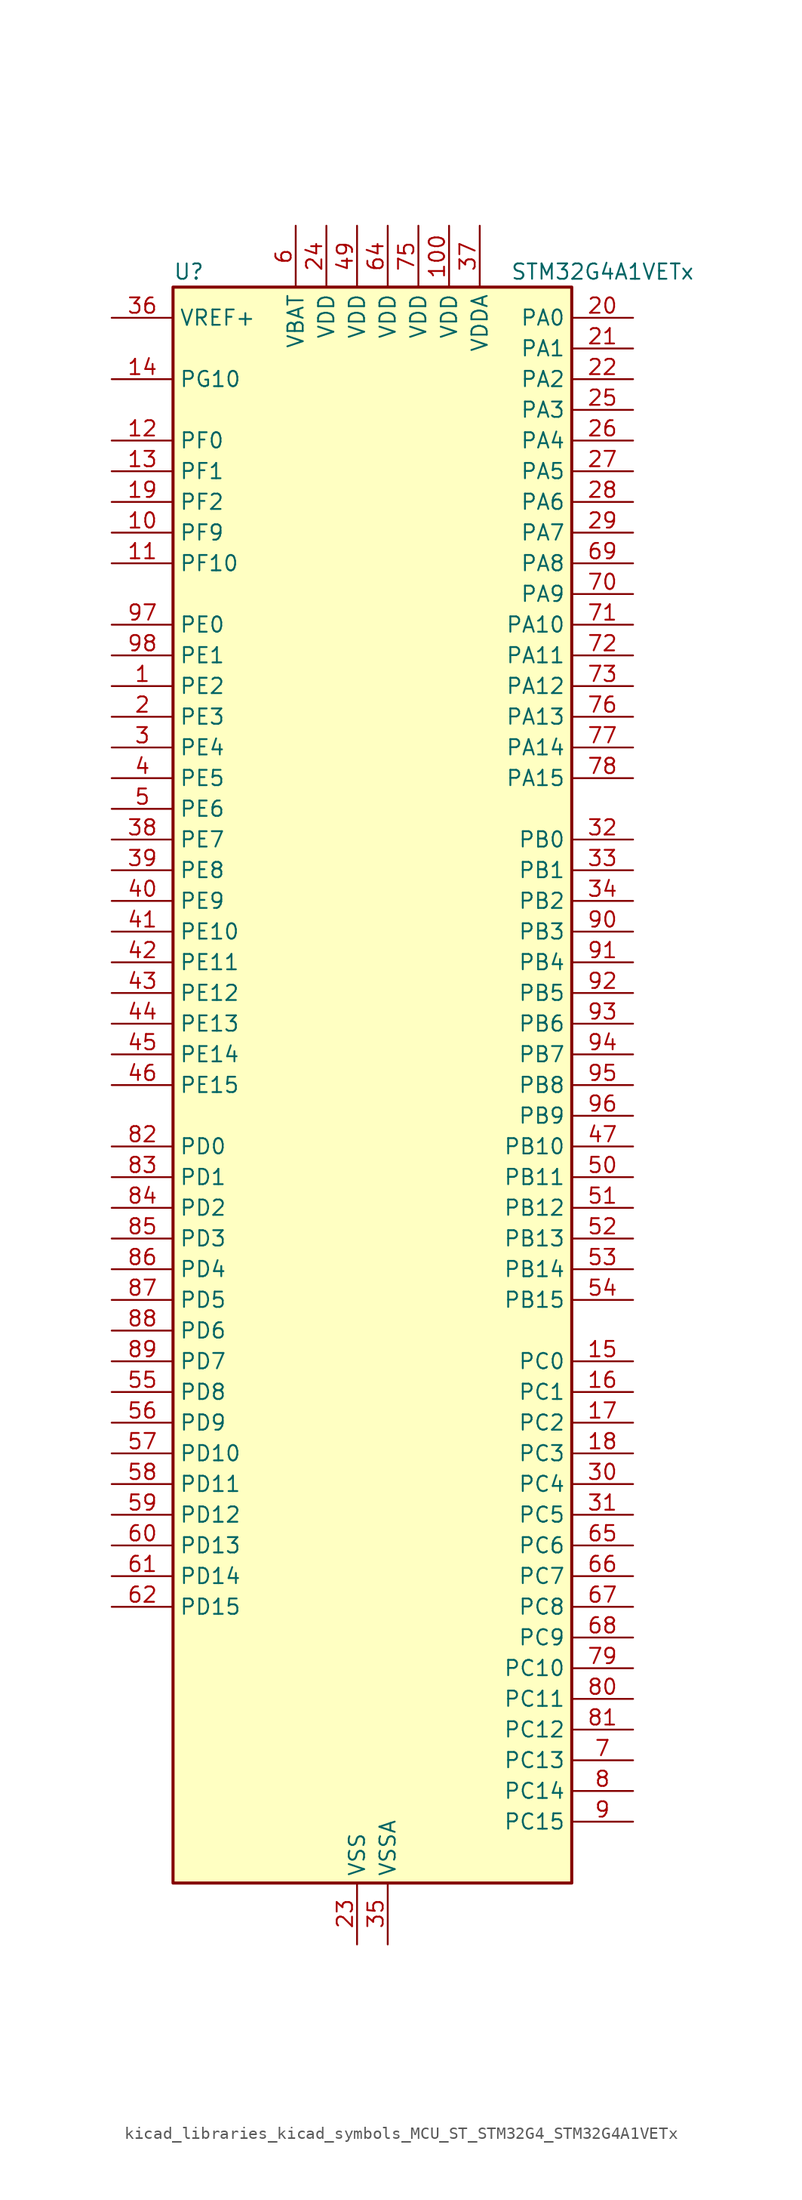
<source format=kicad_sym>
(kicad_symbol_lib
  (version 20220914)
  (generator kicad_symbol_editor)
  (symbol "kicad_libraries_kicad_symbols_MCU_ST_STM32G4_STM32G4A1VETx"
    (property "Reference" "U"
      (at -15.24 67.31 0)
      (effects (font (size 1.27 1.27)) (justify left)))
    (property "Value" "STM32G4A1VETx"
      (at 12.7 67.31 0)
      (effects (font (size 1.27 1.27)) (justify left)))
    (property "ki_locked" ""
      (at 0 0 0)
      (effects (font (size 1.27 1.27))))
    (symbol "kicad_libraries_kicad_symbols_MCU_ST_STM32G4_STM32G4A1VETx_0_1"
      (rectangle (start -15.24 -66.04) (end 17.78 66.04) (stroke (width 0.254) (type default)) (fill (type background))))
    (symbol "kicad_libraries_kicad_symbols_MCU_ST_STM32G4_STM32G4A1VETx_1_1"
      (pin bidirectional line (at -20.32 33.02 0) (length 5.08) (name "PE2" (effects (font (size 1.27 1.27)))) (number "1" (effects (font (size 1.27 1.27)))) (alternate "ADC3_EXTI2" bidirectional line) (alternate "SAI1_CK1" bidirectional line) (alternate "SAI1_MCLK_A" bidirectional line) (alternate "SYS_TRACECLK" bidirectional line) (alternate "TIM20_CH1" bidirectional line) (alternate "TIM3_CH1" bidirectional line))
      (pin bidirectional line (at -20.32 45.72 0) (length 5.08) (name "PF9" (effects (font (size 1.27 1.27)))) (number "10" (effects (font (size 1.27 1.27)))) (alternate "DAC1_EXTI9" bidirectional line) (alternate "DAC3_EXTI9" bidirectional line) (alternate "QUADSPI1_BK1_IO1" bidirectional line) (alternate "SAI1_FS_B" bidirectional line) (alternate "SPI2_SCK" bidirectional line) (alternate "TIM15_CH1" bidirectional line) (alternate "TIM20_BKIN" bidirectional line))
      (pin power_in line (at 7.62 71.12 270) (length 5.08) (name "VDD" (effects (font (size 1.27 1.27)))) (number "100" (effects (font (size 1.27 1.27)))))
      (pin bidirectional line (at -20.32 43.18 0) (length 5.08) (name "PF10" (effects (font (size 1.27 1.27)))) (number "11" (effects (font (size 1.27 1.27)))) (alternate "DAC1_EXTI10" bidirectional line) (alternate "DAC3_EXTI10" bidirectional line) (alternate "QUADSPI1_CLK" bidirectional line) (alternate "SAI1_D3" bidirectional line) (alternate "SPI2_SCK" bidirectional line) (alternate "TIM15_CH2" bidirectional line) (alternate "TIM20_BKIN2" bidirectional line))
      (pin bidirectional line (at -20.32 53.34 0) (length 5.08) (name "PF0" (effects (font (size 1.27 1.27)))) (number "12" (effects (font (size 1.27 1.27)))) (alternate "ADC1_IN10" bidirectional line) (alternate "I2C2_SDA" bidirectional line) (alternate "I2S2_WS" bidirectional line) (alternate "RCC_OSC_IN" bidirectional line) (alternate "SPI2_NSS" bidirectional line) (alternate "TIM1_CH3N" bidirectional line))
      (pin bidirectional line (at -20.32 50.8 0) (length 5.08) (name "PF1" (effects (font (size 1.27 1.27)))) (number "13" (effects (font (size 1.27 1.27)))) (alternate "ADC2_IN10" bidirectional line) (alternate "COMP3_INM" bidirectional line) (alternate "I2S2_CK" bidirectional line) (alternate "RCC_OSC_OUT" bidirectional line) (alternate "SPI2_SCK" bidirectional line))
      (pin bidirectional line (at -20.32 58.42 0) (length 5.08) (name "PG10" (effects (font (size 1.27 1.27)))) (number "14" (effects (font (size 1.27 1.27)))) (alternate "DAC1_EXTI10" bidirectional line) (alternate "DAC3_EXTI10" bidirectional line) (alternate "RCC_MCO" bidirectional line))
      (pin bidirectional line (at 22.86 -22.86 180) (length 5.08) (name "PC0" (effects (font (size 1.27 1.27)))) (number "15" (effects (font (size 1.27 1.27)))) (alternate "ADC1_IN6" bidirectional line) (alternate "ADC2_IN6" bidirectional line) (alternate "COMP3_INM" bidirectional line) (alternate "LPTIM1_IN1" bidirectional line) (alternate "LPUART1_RX" bidirectional line) (alternate "TIM1_CH1" bidirectional line))
      (pin bidirectional line (at 22.86 -25.4 180) (length 5.08) (name "PC1" (effects (font (size 1.27 1.27)))) (number "16" (effects (font (size 1.27 1.27)))) (alternate "ADC1_IN7" bidirectional line) (alternate "ADC2_IN7" bidirectional line) (alternate "COMP3_INP" bidirectional line) (alternate "LPTIM1_OUT" bidirectional line) (alternate "LPUART1_TX" bidirectional line) (alternate "QUADSPI1_BK2_IO0" bidirectional line) (alternate "SAI1_SD_A" bidirectional line) (alternate "TIM1_CH2" bidirectional line))
      (pin bidirectional line (at 22.86 -27.94 180) (length 5.08) (name "PC2" (effects (font (size 1.27 1.27)))) (number "17" (effects (font (size 1.27 1.27)))) (alternate "ADC1_IN8" bidirectional line) (alternate "ADC2_IN8" bidirectional line) (alternate "ADC3_EXTI2" bidirectional line) (alternate "COMP3_OUT" bidirectional line) (alternate "LPTIM1_IN2" bidirectional line) (alternate "QUADSPI1_BK2_IO1" bidirectional line) (alternate "TIM1_CH3" bidirectional line) (alternate "TIM20_CH2" bidirectional line))
      (pin bidirectional line (at 22.86 -30.48 180) (length 5.08) (name "PC3" (effects (font (size 1.27 1.27)))) (number "18" (effects (font (size 1.27 1.27)))) (alternate "ADC1_IN9" bidirectional line) (alternate "ADC2_IN9" bidirectional line) (alternate "ADC3_EXTI3" bidirectional line) (alternate "LPTIM1_ETR" bidirectional line) (alternate "QUADSPI1_BK2_IO2" bidirectional line) (alternate "SAI1_D1" bidirectional line) (alternate "SAI1_SD_A" bidirectional line) (alternate "TIM1_BKIN2" bidirectional line) (alternate "TIM1_CH4" bidirectional line))
      (pin bidirectional line (at -20.32 48.26 0) (length 5.08) (name "PF2" (effects (font (size 1.27 1.27)))) (number "19" (effects (font (size 1.27 1.27)))) (alternate "ADC3_EXTI2" bidirectional line) (alternate "I2C2_SMBA" bidirectional line) (alternate "TIM20_CH3" bidirectional line))
      (pin bidirectional line (at -20.32 30.48 0) (length 5.08) (name "PE3" (effects (font (size 1.27 1.27)))) (number "2" (effects (font (size 1.27 1.27)))) (alternate "ADC3_EXTI3" bidirectional line) (alternate "SAI1_SD_B" bidirectional line) (alternate "SYS_TRACED0" bidirectional line) (alternate "TIM20_CH2" bidirectional line) (alternate "TIM3_CH2" bidirectional line))
      (pin bidirectional line (at 22.86 63.5 180) (length 5.08) (name "PA0" (effects (font (size 1.27 1.27)))) (number "20" (effects (font (size 1.27 1.27)))) (alternate "ADC1_IN1" bidirectional line) (alternate "ADC2_IN1" bidirectional line) (alternate "COMP1_INM" bidirectional line) (alternate "COMP1_OUT" bidirectional line) (alternate "COMP3_INP" bidirectional line) (alternate "RTC_TAMP2" bidirectional line) (alternate "SYS_WKUP1" bidirectional line) (alternate "TIM2_CH1" bidirectional line) (alternate "TIM2_ETR" bidirectional line) (alternate "TIM8_BKIN" bidirectional line) (alternate "TIM8_ETR" bidirectional line) (alternate "USART2_CTS" bidirectional line) (alternate "USART2_NSS" bidirectional line))
      (pin bidirectional line (at 22.86 60.96 180) (length 5.08) (name "PA1" (effects (font (size 1.27 1.27)))) (number "21" (effects (font (size 1.27 1.27)))) (alternate "ADC1_IN2" bidirectional line) (alternate "ADC2_IN2" bidirectional line) (alternate "COMP1_INP" bidirectional line) (alternate "OPAMP1_VINP" bidirectional line) (alternate "OPAMP1_VINP_SEC" bidirectional line) (alternate "OPAMP3_VINP" bidirectional line) (alternate "OPAMP3_VINP_SEC" bidirectional line) (alternate "OPAMP6_VINM" bidirectional line) (alternate "OPAMP6_VINM0" bidirectional line) (alternate "OPAMP6_VINM_SEC" bidirectional line) (alternate "RTC_REFIN" bidirectional line) (alternate "TIM15_CH1N" bidirectional line) (alternate "TIM2_CH2" bidirectional line) (alternate "USART2_DE" bidirectional line) (alternate "USART2_RTS" bidirectional line))
      (pin bidirectional line (at 22.86 58.42 180) (length 5.08) (name "PA2" (effects (font (size 1.27 1.27)))) (number "22" (effects (font (size 1.27 1.27)))) (alternate "ADC1_IN3" bidirectional line) (alternate "ADC3_EXTI2" bidirectional line) (alternate "COMP2_INM" bidirectional line) (alternate "COMP2_OUT" bidirectional line) (alternate "LPUART1_TX" bidirectional line) (alternate "OPAMP1_VOUT" bidirectional line) (alternate "QUADSPI1_BK1_NCS" bidirectional line) (alternate "RCC_LSCO" bidirectional line) (alternate "SYS_WKUP4" bidirectional line) (alternate "TIM15_CH1" bidirectional line) (alternate "TIM2_CH3" bidirectional line) (alternate "UCPD1_FRSTX1" bidirectional line) (alternate "UCPD1_FRSTX2" bidirectional line) (alternate "USART2_TX" bidirectional line))
      (pin power_in line (at 0 -71.12 90) (length 5.08) (name "VSS" (effects (font (size 1.27 1.27)))) (number "23" (effects (font (size 1.27 1.27)))))
      (pin power_in line (at -2.54 71.12 270) (length 5.08) (name "VDD" (effects (font (size 1.27 1.27)))) (number "24" (effects (font (size 1.27 1.27)))))
      (pin bidirectional line (at 22.86 55.88 180) (length 5.08) (name "PA3" (effects (font (size 1.27 1.27)))) (number "25" (effects (font (size 1.27 1.27)))) (alternate "ADC1_IN4" bidirectional line) (alternate "ADC3_EXTI3" bidirectional line) (alternate "COMP2_INP" bidirectional line) (alternate "LPUART1_RX" bidirectional line) (alternate "OPAMP1_VINM" bidirectional line) (alternate "OPAMP1_VINM0" bidirectional line) (alternate "OPAMP1_VINM_SEC" bidirectional line) (alternate "OPAMP1_VINP" bidirectional line) (alternate "OPAMP1_VINP_SEC" bidirectional line) (alternate "QUADSPI1_CLK" bidirectional line) (alternate "SAI1_CK1" bidirectional line) (alternate "SAI1_MCLK_A" bidirectional line) (alternate "TIM15_CH2" bidirectional line) (alternate "TIM2_CH4" bidirectional line) (alternate "USART2_RX" bidirectional line))
      (pin bidirectional line (at 22.86 53.34 180) (length 5.08) (name "PA4" (effects (font (size 1.27 1.27)))) (number "26" (effects (font (size 1.27 1.27)))) (alternate "ADC2_IN17" bidirectional line) (alternate "COMP1_INM" bidirectional line) (alternate "DAC1_OUT1" bidirectional line) (alternate "I2S3_WS" bidirectional line) (alternate "SAI1_FS_B" bidirectional line) (alternate "SPI1_NSS" bidirectional line) (alternate "SPI3_NSS" bidirectional line) (alternate "TIM3_CH2" bidirectional line) (alternate "USART2_CK" bidirectional line))
      (pin bidirectional line (at 22.86 50.8 180) (length 5.08) (name "PA5" (effects (font (size 1.27 1.27)))) (number "27" (effects (font (size 1.27 1.27)))) (alternate "ADC2_IN13" bidirectional line) (alternate "COMP2_INM" bidirectional line) (alternate "DAC1_OUT2" bidirectional line) (alternate "OPAMP2_VINM" bidirectional line) (alternate "OPAMP2_VINM0" bidirectional line) (alternate "OPAMP2_VINM_SEC" bidirectional line) (alternate "SPI1_SCK" bidirectional line) (alternate "TIM2_CH1" bidirectional line) (alternate "TIM2_ETR" bidirectional line) (alternate "UCPD1_FRSTX1" bidirectional line) (alternate "UCPD1_FRSTX2" bidirectional line))
      (pin bidirectional line (at 22.86 48.26 180) (length 5.08) (name "PA6" (effects (font (size 1.27 1.27)))) (number "28" (effects (font (size 1.27 1.27)))) (alternate "ADC2_IN3" bidirectional line) (alternate "COMP1_OUT" bidirectional line) (alternate "LPUART1_CTS" bidirectional line) (alternate "OPAMP2_VOUT" bidirectional line) (alternate "QUADSPI1_BK1_IO3" bidirectional line) (alternate "SPI1_MISO" bidirectional line) (alternate "TIM16_CH1" bidirectional line) (alternate "TIM1_BKIN" bidirectional line) (alternate "TIM3_CH1" bidirectional line) (alternate "TIM8_BKIN" bidirectional line))
      (pin bidirectional line (at 22.86 45.72 180) (length 5.08) (name "PA7" (effects (font (size 1.27 1.27)))) (number "29" (effects (font (size 1.27 1.27)))) (alternate "ADC2_IN4" bidirectional line) (alternate "COMP2_INP" bidirectional line) (alternate "COMP2_OUT" bidirectional line) (alternate "OPAMP1_VINP" bidirectional line) (alternate "OPAMP1_VINP_SEC" bidirectional line) (alternate "OPAMP2_VINP" bidirectional line) (alternate "OPAMP2_VINP_SEC" bidirectional line) (alternate "QUADSPI1_BK1_IO2" bidirectional line) (alternate "SPI1_MOSI" bidirectional line) (alternate "TIM17_CH1" bidirectional line) (alternate "TIM1_CH1N" bidirectional line) (alternate "TIM3_CH2" bidirectional line) (alternate "TIM8_CH1N" bidirectional line) (alternate "UCPD1_FRSTX1" bidirectional line) (alternate "UCPD1_FRSTX2" bidirectional line))
      (pin bidirectional line (at -20.32 27.94 0) (length 5.08) (name "PE4" (effects (font (size 1.27 1.27)))) (number "3" (effects (font (size 1.27 1.27)))) (alternate "SAI1_D2" bidirectional line) (alternate "SAI1_FS_A" bidirectional line) (alternate "SYS_TRACED1" bidirectional line) (alternate "TIM20_CH1N" bidirectional line) (alternate "TIM3_CH3" bidirectional line))
      (pin bidirectional line (at 22.86 -33.02 180) (length 5.08) (name "PC4" (effects (font (size 1.27 1.27)))) (number "30" (effects (font (size 1.27 1.27)))) (alternate "ADC2_IN5" bidirectional line) (alternate "I2C2_SCL" bidirectional line) (alternate "QUADSPI1_BK2_IO3" bidirectional line) (alternate "TIM1_ETR" bidirectional line) (alternate "USART1_TX" bidirectional line))
      (pin bidirectional line (at 22.86 -35.56 180) (length 5.08) (name "PC5" (effects (font (size 1.27 1.27)))) (number "31" (effects (font (size 1.27 1.27)))) (alternate "ADC2_IN11" bidirectional line) (alternate "OPAMP1_VINM" bidirectional line) (alternate "OPAMP1_VINM1" bidirectional line) (alternate "OPAMP1_VINM_SEC" bidirectional line) (alternate "OPAMP2_VINM" bidirectional line) (alternate "OPAMP2_VINM1" bidirectional line) (alternate "OPAMP2_VINM_SEC" bidirectional line) (alternate "SAI1_D3" bidirectional line) (alternate "SYS_WKUP5" bidirectional line) (alternate "TIM15_BKIN" bidirectional line) (alternate "TIM1_CH4N" bidirectional line) (alternate "USART1_RX" bidirectional line))
      (pin bidirectional line (at 22.86 20.32 180) (length 5.08) (name "PB0" (effects (font (size 1.27 1.27)))) (number "32" (effects (font (size 1.27 1.27)))) (alternate "ADC1_IN15" bidirectional line) (alternate "ADC3_IN12" bidirectional line) (alternate "COMP4_INP" bidirectional line) (alternate "OPAMP2_VINP" bidirectional line) (alternate "OPAMP2_VINP_SEC" bidirectional line) (alternate "OPAMP3_VINP" bidirectional line) (alternate "OPAMP3_VINP_SEC" bidirectional line) (alternate "QUADSPI1_BK1_IO1" bidirectional line) (alternate "TIM1_CH2N" bidirectional line) (alternate "TIM3_CH3" bidirectional line) (alternate "TIM8_CH2N" bidirectional line) (alternate "UCPD1_FRSTX1" bidirectional line) (alternate "UCPD1_FRSTX2" bidirectional line))
      (pin bidirectional line (at 22.86 17.78 180) (length 5.08) (name "PB1" (effects (font (size 1.27 1.27)))) (number "33" (effects (font (size 1.27 1.27)))) (alternate "ADC1_IN12" bidirectional line) (alternate "ADC3_IN1" bidirectional line) (alternate "COMP1_INP" bidirectional line) (alternate "COMP4_OUT" bidirectional line) (alternate "LPUART1_DE" bidirectional line) (alternate "LPUART1_RTS" bidirectional line) (alternate "OPAMP3_VOUT" bidirectional line) (alternate "OPAMP6_VINM" bidirectional line) (alternate "OPAMP6_VINM1" bidirectional line) (alternate "OPAMP6_VINM_SEC" bidirectional line) (alternate "QUADSPI1_BK1_IO0" bidirectional line) (alternate "TIM1_CH3N" bidirectional line) (alternate "TIM3_CH4" bidirectional line) (alternate "TIM8_CH3N" bidirectional line))
      (pin bidirectional line (at 22.86 15.24 180) (length 5.08) (name "PB2" (effects (font (size 1.27 1.27)))) (number "34" (effects (font (size 1.27 1.27)))) (alternate "ADC2_IN12" bidirectional line) (alternate "ADC3_EXTI2" bidirectional line) (alternate "COMP4_INM" bidirectional line) (alternate "I2C3_SMBA" bidirectional line) (alternate "LPTIM1_OUT" bidirectional line) (alternate "OPAMP3_VINM" bidirectional line) (alternate "OPAMP3_VINM0" bidirectional line) (alternate "OPAMP3_VINM_SEC" bidirectional line) (alternate "QUADSPI1_BK2_IO1" bidirectional line) (alternate "RTC_OUT2" bidirectional line) (alternate "TIM20_CH1" bidirectional line))
      (pin power_in line (at 2.54 -71.12 90) (length 5.08) (name "VSSA" (effects (font (size 1.27 1.27)))) (number "35" (effects (font (size 1.27 1.27)))))
      (pin input line (at -20.32 63.5 0) (length 5.08) (name "VREF+" (effects (font (size 1.27 1.27)))) (number "36" (effects (font (size 1.27 1.27)))) (alternate "VREFBUF_OUT" bidirectional line))
      (pin power_in line (at 10.16 71.12 270) (length 5.08) (name "VDDA" (effects (font (size 1.27 1.27)))) (number "37" (effects (font (size 1.27 1.27)))))
      (pin bidirectional line (at -20.32 20.32 0) (length 5.08) (name "PE7" (effects (font (size 1.27 1.27)))) (number "38" (effects (font (size 1.27 1.27)))) (alternate "ADC3_IN4" bidirectional line) (alternate "COMP4_INP" bidirectional line) (alternate "SAI1_SD_B" bidirectional line) (alternate "TIM1_ETR" bidirectional line))
      (pin bidirectional line (at -20.32 17.78 0) (length 5.08) (name "PE8" (effects (font (size 1.27 1.27)))) (number "39" (effects (font (size 1.27 1.27)))) (alternate "ADC3_IN6" bidirectional line) (alternate "COMP4_INM" bidirectional line) (alternate "SAI1_SCK_B" bidirectional line) (alternate "TIM1_CH1N" bidirectional line))
      (pin bidirectional line (at -20.32 25.4 0) (length 5.08) (name "PE5" (effects (font (size 1.27 1.27)))) (number "4" (effects (font (size 1.27 1.27)))) (alternate "SAI1_CK2" bidirectional line) (alternate "SAI1_SCK_A" bidirectional line) (alternate "SYS_TRACED2" bidirectional line) (alternate "TIM20_CH2N" bidirectional line) (alternate "TIM3_CH4" bidirectional line))
      (pin bidirectional line (at -20.32 15.24 0) (length 5.08) (name "PE9" (effects (font (size 1.27 1.27)))) (number "40" (effects (font (size 1.27 1.27)))) (alternate "ADC3_IN2" bidirectional line) (alternate "DAC1_EXTI9" bidirectional line) (alternate "DAC3_EXTI9" bidirectional line) (alternate "SAI1_FS_B" bidirectional line) (alternate "TIM1_CH1" bidirectional line))
      (pin bidirectional line (at -20.32 12.7 0) (length 5.08) (name "PE10" (effects (font (size 1.27 1.27)))) (number "41" (effects (font (size 1.27 1.27)))) (alternate "ADC3_IN14" bidirectional line) (alternate "DAC1_EXTI10" bidirectional line) (alternate "DAC3_EXTI10" bidirectional line) (alternate "QUADSPI1_CLK" bidirectional line) (alternate "SAI1_MCLK_B" bidirectional line) (alternate "TIM1_CH2N" bidirectional line))
      (pin bidirectional line (at -20.32 10.16 0) (length 5.08) (name "PE11" (effects (font (size 1.27 1.27)))) (number "42" (effects (font (size 1.27 1.27)))) (alternate "ADC1_EXTI11" bidirectional line) (alternate "ADC2_EXTI11" bidirectional line) (alternate "ADC3_IN15" bidirectional line) (alternate "QUADSPI1_BK1_NCS" bidirectional line) (alternate "TIM1_CH2" bidirectional line))
      (pin bidirectional line (at -20.32 7.62 0) (length 5.08) (name "PE12" (effects (font (size 1.27 1.27)))) (number "43" (effects (font (size 1.27 1.27)))) (alternate "ADC3_IN16" bidirectional line) (alternate "QUADSPI1_BK1_IO0" bidirectional line) (alternate "TIM1_CH3N" bidirectional line))
      (pin bidirectional line (at -20.32 5.08 0) (length 5.08) (name "PE13" (effects (font (size 1.27 1.27)))) (number "44" (effects (font (size 1.27 1.27)))) (alternate "ADC3_IN3" bidirectional line) (alternate "QUADSPI1_BK1_IO1" bidirectional line) (alternate "TIM1_CH3" bidirectional line))
      (pin bidirectional line (at -20.32 2.54 0) (length 5.08) (name "PE14" (effects (font (size 1.27 1.27)))) (number "45" (effects (font (size 1.27 1.27)))) (alternate "QUADSPI1_BK1_IO2" bidirectional line) (alternate "TIM1_BKIN2" bidirectional line) (alternate "TIM1_CH4" bidirectional line))
      (pin bidirectional line (at -20.32 0 0) (length 5.08) (name "PE15" (effects (font (size 1.27 1.27)))) (number "46" (effects (font (size 1.27 1.27)))) (alternate "ADC1_EXTI15" bidirectional line) (alternate "ADC2_EXTI15" bidirectional line) (alternate "QUADSPI1_BK1_IO3" bidirectional line) (alternate "TIM1_BKIN" bidirectional line) (alternate "TIM1_CH4N" bidirectional line) (alternate "USART3_RX" bidirectional line))
      (pin bidirectional line (at 22.86 -5.08 180) (length 5.08) (name "PB10" (effects (font (size 1.27 1.27)))) (number "47" (effects (font (size 1.27 1.27)))) (alternate "DAC1_EXTI10" bidirectional line) (alternate "DAC3_EXTI10" bidirectional line) (alternate "LPUART1_RX" bidirectional line) (alternate "OPAMP3_VINM" bidirectional line) (alternate "OPAMP3_VINM1" bidirectional line) (alternate "OPAMP3_VINM_SEC" bidirectional line) (alternate "QUADSPI1_CLK" bidirectional line) (alternate "SAI1_SCK_A" bidirectional line) (alternate "TIM1_BKIN" bidirectional line) (alternate "TIM2_CH3" bidirectional line) (alternate "USART3_TX" bidirectional line))
      (pin passive line (at 0 -71.12 90) (length 5.08) hide (name "VSS" (effects (font (size 1.27 1.27)))) (number "48" (effects (font (size 1.27 1.27)))))
      (pin power_in line (at 0 71.12 270) (length 5.08) (name "VDD" (effects (font (size 1.27 1.27)))) (number "49" (effects (font (size 1.27 1.27)))))
      (pin bidirectional line (at -20.32 22.86 0) (length 5.08) (name "PE6" (effects (font (size 1.27 1.27)))) (number "5" (effects (font (size 1.27 1.27)))) (alternate "RTC_TAMP3" bidirectional line) (alternate "SAI1_D1" bidirectional line) (alternate "SAI1_SD_A" bidirectional line) (alternate "SYS_TRACED3" bidirectional line) (alternate "SYS_WKUP3" bidirectional line) (alternate "TIM20_CH3N" bidirectional line))
      (pin bidirectional line (at 22.86 -7.62 180) (length 5.08) (name "PB11" (effects (font (size 1.27 1.27)))) (number "50" (effects (font (size 1.27 1.27)))) (alternate "ADC1_EXTI11" bidirectional line) (alternate "ADC1_IN14" bidirectional line) (alternate "ADC2_EXTI11" bidirectional line) (alternate "ADC2_IN14" bidirectional line) (alternate "LPUART1_TX" bidirectional line) (alternate "OPAMP6_VOUT" bidirectional line) (alternate "QUADSPI1_BK1_NCS" bidirectional line) (alternate "TIM2_CH4" bidirectional line) (alternate "USART3_RX" bidirectional line))
      (pin bidirectional line (at 22.86 -10.16 180) (length 5.08) (name "PB12" (effects (font (size 1.27 1.27)))) (number "51" (effects (font (size 1.27 1.27)))) (alternate "ADC1_IN11" bidirectional line) (alternate "FDCAN2_RX" bidirectional line) (alternate "I2C2_SMBA" bidirectional line) (alternate "I2S2_WS" bidirectional line) (alternate "LPUART1_DE" bidirectional line) (alternate "LPUART1_RTS" bidirectional line) (alternate "OPAMP6_VINP" bidirectional line) (alternate "OPAMP6_VINP_SEC" bidirectional line) (alternate "SPI2_NSS" bidirectional line) (alternate "TIM1_BKIN" bidirectional line) (alternate "USART3_CK" bidirectional line))
      (pin bidirectional line (at 22.86 -12.7 180) (length 5.08) (name "PB13" (effects (font (size 1.27 1.27)))) (number "52" (effects (font (size 1.27 1.27)))) (alternate "ADC3_IN5" bidirectional line) (alternate "FDCAN2_TX" bidirectional line) (alternate "I2S2_CK" bidirectional line) (alternate "LPUART1_CTS" bidirectional line) (alternate "OPAMP3_VINP" bidirectional line) (alternate "OPAMP3_VINP_SEC" bidirectional line) (alternate "OPAMP6_VINP" bidirectional line) (alternate "OPAMP6_VINP_SEC" bidirectional line) (alternate "SPI2_SCK" bidirectional line) (alternate "TIM1_CH1N" bidirectional line) (alternate "USART3_CTS" bidirectional line) (alternate "USART3_NSS" bidirectional line))
      (pin bidirectional line (at 22.86 -15.24 180) (length 5.08) (name "PB14" (effects (font (size 1.27 1.27)))) (number "53" (effects (font (size 1.27 1.27)))) (alternate "ADC1_IN5" bidirectional line) (alternate "COMP4_OUT" bidirectional line) (alternate "OPAMP2_VINP" bidirectional line) (alternate "OPAMP2_VINP_SEC" bidirectional line) (alternate "SPI2_MISO" bidirectional line) (alternate "TIM15_CH1" bidirectional line) (alternate "TIM1_CH2N" bidirectional line) (alternate "USART3_DE" bidirectional line) (alternate "USART3_RTS" bidirectional line))
      (pin bidirectional line (at 22.86 -17.78 180) (length 5.08) (name "PB15" (effects (font (size 1.27 1.27)))) (number "54" (effects (font (size 1.27 1.27)))) (alternate "ADC1_EXTI15" bidirectional line) (alternate "ADC2_EXTI15" bidirectional line) (alternate "ADC2_IN15" bidirectional line) (alternate "COMP3_OUT" bidirectional line) (alternate "I2S2_SD" bidirectional line) (alternate "RTC_REFIN" bidirectional line) (alternate "SPI2_MOSI" bidirectional line) (alternate "TIM15_CH1N" bidirectional line) (alternate "TIM15_CH2" bidirectional line) (alternate "TIM1_CH3N" bidirectional line))
      (pin bidirectional line (at -20.32 -25.4 0) (length 5.08) (name "PD8" (effects (font (size 1.27 1.27)))) (number "55" (effects (font (size 1.27 1.27)))) (alternate "USART3_TX" bidirectional line))
      (pin bidirectional line (at -20.32 -27.94 0) (length 5.08) (name "PD9" (effects (font (size 1.27 1.27)))) (number "56" (effects (font (size 1.27 1.27)))) (alternate "DAC1_EXTI9" bidirectional line) (alternate "DAC3_EXTI9" bidirectional line) (alternate "OPAMP6_VINP" bidirectional line) (alternate "OPAMP6_VINP_SEC" bidirectional line) (alternate "USART3_RX" bidirectional line))
      (pin bidirectional line (at -20.32 -30.48 0) (length 5.08) (name "PD10" (effects (font (size 1.27 1.27)))) (number "57" (effects (font (size 1.27 1.27)))) (alternate "ADC3_IN7" bidirectional line) (alternate "DAC1_EXTI10" bidirectional line) (alternate "DAC3_EXTI10" bidirectional line) (alternate "USART3_CK" bidirectional line))
      (pin bidirectional line (at -20.32 -33.02 0) (length 5.08) (name "PD11" (effects (font (size 1.27 1.27)))) (number "58" (effects (font (size 1.27 1.27)))) (alternate "ADC1_EXTI11" bidirectional line) (alternate "ADC2_EXTI11" bidirectional line) (alternate "ADC3_IN8" bidirectional line) (alternate "USART3_CTS" bidirectional line) (alternate "USART3_NSS" bidirectional line))
      (pin bidirectional line (at -20.32 -35.56 0) (length 5.08) (name "PD12" (effects (font (size 1.27 1.27)))) (number "59" (effects (font (size 1.27 1.27)))) (alternate "ADC3_IN9" bidirectional line) (alternate "TIM4_CH1" bidirectional line) (alternate "USART3_DE" bidirectional line) (alternate "USART3_RTS" bidirectional line))
      (pin power_in line (at -5.08 71.12 270) (length 5.08) (name "VBAT" (effects (font (size 1.27 1.27)))) (number "6" (effects (font (size 1.27 1.27)))))
      (pin bidirectional line (at -20.32 -38.1 0) (length 5.08) (name "PD13" (effects (font (size 1.27 1.27)))) (number "60" (effects (font (size 1.27 1.27)))) (alternate "ADC3_IN10" bidirectional line) (alternate "TIM4_CH2" bidirectional line))
      (pin bidirectional line (at -20.32 -40.64 0) (length 5.08) (name "PD14" (effects (font (size 1.27 1.27)))) (number "61" (effects (font (size 1.27 1.27)))) (alternate "ADC3_IN11" bidirectional line) (alternate "OPAMP2_VINP" bidirectional line) (alternate "OPAMP2_VINP_SEC" bidirectional line) (alternate "TIM4_CH3" bidirectional line))
      (pin bidirectional line (at -20.32 -43.18 0) (length 5.08) (name "PD15" (effects (font (size 1.27 1.27)))) (number "62" (effects (font (size 1.27 1.27)))) (alternate "ADC1_EXTI15" bidirectional line) (alternate "ADC2_EXTI15" bidirectional line) (alternate "SPI2_NSS" bidirectional line) (alternate "TIM4_CH4" bidirectional line))
      (pin passive line (at 0 -71.12 90) (length 5.08) hide (name "VSS" (effects (font (size 1.27 1.27)))) (number "63" (effects (font (size 1.27 1.27)))))
      (pin power_in line (at 2.54 71.12 270) (length 5.08) (name "VDD" (effects (font (size 1.27 1.27)))) (number "64" (effects (font (size 1.27 1.27)))))
      (pin bidirectional line (at 22.86 -38.1 180) (length 5.08) (name "PC6" (effects (font (size 1.27 1.27)))) (number "65" (effects (font (size 1.27 1.27)))) (alternate "I2S2_MCK" bidirectional line) (alternate "TIM3_CH1" bidirectional line) (alternate "TIM8_CH1" bidirectional line))
      (pin bidirectional line (at 22.86 -40.64 180) (length 5.08) (name "PC7" (effects (font (size 1.27 1.27)))) (number "66" (effects (font (size 1.27 1.27)))) (alternate "I2S3_MCK" bidirectional line) (alternate "TIM3_CH2" bidirectional line) (alternate "TIM8_CH2" bidirectional line))
      (pin bidirectional line (at 22.86 -43.18 180) (length 5.08) (name "PC8" (effects (font (size 1.27 1.27)))) (number "67" (effects (font (size 1.27 1.27)))) (alternate "I2C3_SCL" bidirectional line) (alternate "TIM20_CH3" bidirectional line) (alternate "TIM3_CH3" bidirectional line) (alternate "TIM8_CH3" bidirectional line))
      (pin bidirectional line (at 22.86 -45.72 180) (length 5.08) (name "PC9" (effects (font (size 1.27 1.27)))) (number "68" (effects (font (size 1.27 1.27)))) (alternate "DAC1_EXTI9" bidirectional line) (alternate "DAC3_EXTI9" bidirectional line) (alternate "I2C3_SDA" bidirectional line) (alternate "I2S_CKIN" bidirectional line) (alternate "TIM3_CH4" bidirectional line) (alternate "TIM8_BKIN2" bidirectional line) (alternate "TIM8_CH4" bidirectional line))
      (pin bidirectional line (at 22.86 43.18 180) (length 5.08) (name "PA8" (effects (font (size 1.27 1.27)))) (number "69" (effects (font (size 1.27 1.27)))) (alternate "I2C2_SDA" bidirectional line) (alternate "I2C3_SCL" bidirectional line) (alternate "I2S2_MCK" bidirectional line) (alternate "RCC_MCO" bidirectional line) (alternate "SAI1_CK2" bidirectional line) (alternate "SAI1_SCK_A" bidirectional line) (alternate "TIM1_CH1" bidirectional line) (alternate "TIM4_ETR" bidirectional line) (alternate "USART1_CK" bidirectional line))
      (pin bidirectional line (at 22.86 -55.88 180) (length 5.08) (name "PC13" (effects (font (size 1.27 1.27)))) (number "7" (effects (font (size 1.27 1.27)))) (alternate "RTC_OUT1" bidirectional line) (alternate "RTC_TAMP1" bidirectional line) (alternate "RTC_TS" bidirectional line) (alternate "SYS_WKUP2" bidirectional line) (alternate "TIM1_BKIN" bidirectional line) (alternate "TIM1_CH1N" bidirectional line) (alternate "TIM8_CH4N" bidirectional line))
      (pin bidirectional line (at 22.86 40.64 180) (length 5.08) (name "PA9" (effects (font (size 1.27 1.27)))) (number "70" (effects (font (size 1.27 1.27)))) (alternate "DAC1_EXTI9" bidirectional line) (alternate "DAC3_EXTI9" bidirectional line) (alternate "I2C2_SCL" bidirectional line) (alternate "I2C3_SMBA" bidirectional line) (alternate "I2S3_MCK" bidirectional line) (alternate "SAI1_FS_A" bidirectional line) (alternate "TIM15_BKIN" bidirectional line) (alternate "TIM1_CH2" bidirectional line) (alternate "TIM2_CH3" bidirectional line) (alternate "UCPD1_DBCC1" bidirectional line) (alternate "USART1_TX" bidirectional line))
      (pin bidirectional line (at 22.86 38.1 180) (length 5.08) (name "PA10" (effects (font (size 1.27 1.27)))) (number "71" (effects (font (size 1.27 1.27)))) (alternate "CRS_SYNC" bidirectional line) (alternate "DAC1_EXTI10" bidirectional line) (alternate "DAC3_EXTI10" bidirectional line) (alternate "I2C2_SMBA" bidirectional line) (alternate "SAI1_D1" bidirectional line) (alternate "SAI1_SD_A" bidirectional line) (alternate "SPI2_MISO" bidirectional line) (alternate "TIM17_BKIN" bidirectional line) (alternate "TIM1_CH3" bidirectional line) (alternate "TIM2_CH4" bidirectional line) (alternate "TIM8_BKIN" bidirectional line) (alternate "UCPD1_DBCC2" bidirectional line) (alternate "USART1_RX" bidirectional line))
      (pin bidirectional line (at 22.86 35.56 180) (length 5.08) (name "PA11" (effects (font (size 1.27 1.27)))) (number "72" (effects (font (size 1.27 1.27)))) (alternate "ADC1_EXTI11" bidirectional line) (alternate "ADC2_EXTI11" bidirectional line) (alternate "COMP1_OUT" bidirectional line) (alternate "FDCAN1_RX" bidirectional line) (alternate "I2S2_SD" bidirectional line) (alternate "SPI2_MOSI" bidirectional line) (alternate "TIM1_BKIN2" bidirectional line) (alternate "TIM1_CH1N" bidirectional line) (alternate "TIM1_CH4" bidirectional line) (alternate "TIM4_CH1" bidirectional line) (alternate "USART1_CTS" bidirectional line) (alternate "USART1_NSS" bidirectional line) (alternate "USB_DM" bidirectional line))
      (pin bidirectional line (at 22.86 33.02 180) (length 5.08) (name "PA12" (effects (font (size 1.27 1.27)))) (number "73" (effects (font (size 1.27 1.27)))) (alternate "COMP2_OUT" bidirectional line) (alternate "FDCAN1_TX" bidirectional line) (alternate "I2S_CKIN" bidirectional line) (alternate "TIM16_CH1" bidirectional line) (alternate "TIM1_CH2N" bidirectional line) (alternate "TIM1_ETR" bidirectional line) (alternate "TIM4_CH2" bidirectional line) (alternate "USART1_DE" bidirectional line) (alternate "USART1_RTS" bidirectional line) (alternate "USB_DP" bidirectional line))
      (pin passive line (at 0 -71.12 90) (length 5.08) hide (name "VSS" (effects (font (size 1.27 1.27)))) (number "74" (effects (font (size 1.27 1.27)))))
      (pin power_in line (at 5.08 71.12 270) (length 5.08) (name "VDD" (effects (font (size 1.27 1.27)))) (number "75" (effects (font (size 1.27 1.27)))))
      (pin bidirectional line (at 22.86 30.48 180) (length 5.08) (name "PA13" (effects (font (size 1.27 1.27)))) (number "76" (effects (font (size 1.27 1.27)))) (alternate "I2C1_SCL" bidirectional line) (alternate "IR_OUT" bidirectional line) (alternate "SAI1_SD_B" bidirectional line) (alternate "SYS_JTMS-SWDIO" bidirectional line) (alternate "TIM16_CH1N" bidirectional line) (alternate "TIM4_CH3" bidirectional line) (alternate "USART3_CTS" bidirectional line) (alternate "USART3_NSS" bidirectional line))
      (pin bidirectional line (at 22.86 27.94 180) (length 5.08) (name "PA14" (effects (font (size 1.27 1.27)))) (number "77" (effects (font (size 1.27 1.27)))) (alternate "I2C1_SDA" bidirectional line) (alternate "LPTIM1_OUT" bidirectional line) (alternate "SAI1_FS_B" bidirectional line) (alternate "SYS_JTCK-SWCLK" bidirectional line) (alternate "TIM1_BKIN" bidirectional line) (alternate "TIM8_CH2" bidirectional line) (alternate "USART2_TX" bidirectional line))
      (pin bidirectional line (at 22.86 25.4 180) (length 5.08) (name "PA15" (effects (font (size 1.27 1.27)))) (number "78" (effects (font (size 1.27 1.27)))) (alternate "ADC1_EXTI15" bidirectional line) (alternate "ADC2_EXTI15" bidirectional line) (alternate "I2C1_SCL" bidirectional line) (alternate "I2S3_WS" bidirectional line) (alternate "SPI1_NSS" bidirectional line) (alternate "SPI3_NSS" bidirectional line) (alternate "SYS_JTDI" bidirectional line) (alternate "TIM1_BKIN" bidirectional line) (alternate "TIM20_ETR" bidirectional line) (alternate "TIM2_CH1" bidirectional line) (alternate "TIM2_ETR" bidirectional line) (alternate "TIM8_CH1" bidirectional line) (alternate "UART4_DE" bidirectional line) (alternate "UART4_RTS" bidirectional line) (alternate "USART2_RX" bidirectional line))
      (pin bidirectional line (at 22.86 -48.26 180) (length 5.08) (name "PC10" (effects (font (size 1.27 1.27)))) (number "79" (effects (font (size 1.27 1.27)))) (alternate "DAC1_EXTI10" bidirectional line) (alternate "DAC3_EXTI10" bidirectional line) (alternate "I2S3_CK" bidirectional line) (alternate "SPI3_SCK" bidirectional line) (alternate "TIM8_CH1N" bidirectional line) (alternate "UART4_TX" bidirectional line) (alternate "USART3_TX" bidirectional line))
      (pin bidirectional line (at 22.86 -58.42 180) (length 5.08) (name "PC14" (effects (font (size 1.27 1.27)))) (number "8" (effects (font (size 1.27 1.27)))) (alternate "RCC_OSC32_IN" bidirectional line))
      (pin bidirectional line (at 22.86 -50.8 180) (length 5.08) (name "PC11" (effects (font (size 1.27 1.27)))) (number "80" (effects (font (size 1.27 1.27)))) (alternate "ADC1_EXTI11" bidirectional line) (alternate "ADC2_EXTI11" bidirectional line) (alternate "I2C3_SDA" bidirectional line) (alternate "SPI3_MISO" bidirectional line) (alternate "TIM8_CH2N" bidirectional line) (alternate "UART4_RX" bidirectional line) (alternate "USART3_RX" bidirectional line))
      (pin bidirectional line (at 22.86 -53.34 180) (length 5.08) (name "PC12" (effects (font (size 1.27 1.27)))) (number "81" (effects (font (size 1.27 1.27)))) (alternate "I2S3_SD" bidirectional line) (alternate "SPI3_MOSI" bidirectional line) (alternate "TIM8_CH3N" bidirectional line) (alternate "UART5_TX" bidirectional line) (alternate "UCPD1_FRSTX1" bidirectional line) (alternate "UCPD1_FRSTX2" bidirectional line) (alternate "USART3_CK" bidirectional line))
      (pin bidirectional line (at -20.32 -5.08 0) (length 5.08) (name "PD0" (effects (font (size 1.27 1.27)))) (number "82" (effects (font (size 1.27 1.27)))) (alternate "FDCAN1_RX" bidirectional line) (alternate "TIM8_CH4N" bidirectional line))
      (pin bidirectional line (at -20.32 -7.62 0) (length 5.08) (name "PD1" (effects (font (size 1.27 1.27)))) (number "83" (effects (font (size 1.27 1.27)))) (alternate "FDCAN1_TX" bidirectional line) (alternate "TIM8_BKIN2" bidirectional line) (alternate "TIM8_CH4" bidirectional line))
      (pin bidirectional line (at -20.32 -10.16 0) (length 5.08) (name "PD2" (effects (font (size 1.27 1.27)))) (number "84" (effects (font (size 1.27 1.27)))) (alternate "ADC3_EXTI2" bidirectional line) (alternate "TIM3_ETR" bidirectional line) (alternate "TIM8_BKIN" bidirectional line) (alternate "UART5_RX" bidirectional line))
      (pin bidirectional line (at -20.32 -12.7 0) (length 5.08) (name "PD3" (effects (font (size 1.27 1.27)))) (number "85" (effects (font (size 1.27 1.27)))) (alternate "ADC3_EXTI3" bidirectional line) (alternate "QUADSPI1_BK2_NCS" bidirectional line) (alternate "TIM2_CH1" bidirectional line) (alternate "TIM2_ETR" bidirectional line) (alternate "USART2_CTS" bidirectional line) (alternate "USART2_NSS" bidirectional line))
      (pin bidirectional line (at -20.32 -15.24 0) (length 5.08) (name "PD4" (effects (font (size 1.27 1.27)))) (number "86" (effects (font (size 1.27 1.27)))) (alternate "QUADSPI1_BK2_IO0" bidirectional line) (alternate "TIM2_CH2" bidirectional line) (alternate "USART2_DE" bidirectional line) (alternate "USART2_RTS" bidirectional line))
      (pin bidirectional line (at -20.32 -17.78 0) (length 5.08) (name "PD5" (effects (font (size 1.27 1.27)))) (number "87" (effects (font (size 1.27 1.27)))) (alternate "QUADSPI1_BK2_IO1" bidirectional line) (alternate "USART2_TX" bidirectional line))
      (pin bidirectional line (at -20.32 -20.32 0) (length 5.08) (name "PD6" (effects (font (size 1.27 1.27)))) (number "88" (effects (font (size 1.27 1.27)))) (alternate "QUADSPI1_BK2_IO2" bidirectional line) (alternate "SAI1_D1" bidirectional line) (alternate "SAI1_SD_A" bidirectional line) (alternate "TIM2_CH4" bidirectional line) (alternate "USART2_RX" bidirectional line))
      (pin bidirectional line (at -20.32 -22.86 0) (length 5.08) (name "PD7" (effects (font (size 1.27 1.27)))) (number "89" (effects (font (size 1.27 1.27)))) (alternate "QUADSPI1_BK2_IO3" bidirectional line) (alternate "TIM2_CH3" bidirectional line) (alternate "USART2_CK" bidirectional line))
      (pin bidirectional line (at 22.86 -60.96 180) (length 5.08) (name "PC15" (effects (font (size 1.27 1.27)))) (number "9" (effects (font (size 1.27 1.27)))) (alternate "ADC1_EXTI15" bidirectional line) (alternate "ADC2_EXTI15" bidirectional line) (alternate "RCC_OSC32_OUT" bidirectional line))
      (pin bidirectional line (at 22.86 12.7 180) (length 5.08) (name "PB3" (effects (font (size 1.27 1.27)))) (number "90" (effects (font (size 1.27 1.27)))) (alternate "ADC3_EXTI3" bidirectional line) (alternate "CRS_SYNC" bidirectional line) (alternate "I2S3_CK" bidirectional line) (alternate "SAI1_SCK_B" bidirectional line) (alternate "SPI1_SCK" bidirectional line) (alternate "SPI3_SCK" bidirectional line) (alternate "SYS_JTDO-SWO" bidirectional line) (alternate "TIM2_CH2" bidirectional line) (alternate "TIM3_ETR" bidirectional line) (alternate "TIM4_ETR" bidirectional line) (alternate "TIM8_CH1N" bidirectional line) (alternate "USART2_TX" bidirectional line))
      (pin bidirectional line (at 22.86 10.16 180) (length 5.08) (name "PB4" (effects (font (size 1.27 1.27)))) (number "91" (effects (font (size 1.27 1.27)))) (alternate "SAI1_MCLK_B" bidirectional line) (alternate "SPI1_MISO" bidirectional line) (alternate "SPI3_MISO" bidirectional line) (alternate "SYS_JTRST" bidirectional line) (alternate "TIM16_CH1" bidirectional line) (alternate "TIM17_BKIN" bidirectional line) (alternate "TIM3_CH1" bidirectional line) (alternate "TIM8_CH2N" bidirectional line) (alternate "UART5_DE" bidirectional line) (alternate "UART5_RTS" bidirectional line) (alternate "UCPD1_CC2" bidirectional line) (alternate "USART2_RX" bidirectional line))
      (pin bidirectional line (at 22.86 7.62 180) (length 5.08) (name "PB5" (effects (font (size 1.27 1.27)))) (number "92" (effects (font (size 1.27 1.27)))) (alternate "FDCAN2_RX" bidirectional line) (alternate "I2C1_SMBA" bidirectional line) (alternate "I2C3_SDA" bidirectional line) (alternate "I2S3_SD" bidirectional line) (alternate "LPTIM1_IN1" bidirectional line) (alternate "SAI1_SD_B" bidirectional line) (alternate "SPI1_MOSI" bidirectional line) (alternate "SPI3_MOSI" bidirectional line) (alternate "TIM16_BKIN" bidirectional line) (alternate "TIM17_CH1" bidirectional line) (alternate "TIM3_CH2" bidirectional line) (alternate "TIM8_CH3N" bidirectional line) (alternate "UART5_CTS" bidirectional line) (alternate "USART2_CK" bidirectional line))
      (pin bidirectional line (at 22.86 5.08 180) (length 5.08) (name "PB6" (effects (font (size 1.27 1.27)))) (number "93" (effects (font (size 1.27 1.27)))) (alternate "COMP4_OUT" bidirectional line) (alternate "FDCAN2_TX" bidirectional line) (alternate "LPTIM1_ETR" bidirectional line) (alternate "SAI1_FS_B" bidirectional line) (alternate "TIM16_CH1N" bidirectional line) (alternate "TIM4_CH1" bidirectional line) (alternate "TIM8_BKIN2" bidirectional line) (alternate "TIM8_CH1" bidirectional line) (alternate "TIM8_ETR" bidirectional line) (alternate "UCPD1_CC1" bidirectional line) (alternate "USART1_TX" bidirectional line))
      (pin bidirectional line (at 22.86 2.54 180) (length 5.08) (name "PB7" (effects (font (size 1.27 1.27)))) (number "94" (effects (font (size 1.27 1.27)))) (alternate "COMP3_OUT" bidirectional line) (alternate "I2C1_SDA" bidirectional line) (alternate "LPTIM1_IN2" bidirectional line) (alternate "SYS_PVD_IN" bidirectional line) (alternate "TIM17_CH1N" bidirectional line) (alternate "TIM3_CH4" bidirectional line) (alternate "TIM4_CH2" bidirectional line) (alternate "TIM8_BKIN" bidirectional line) (alternate "UART4_CTS" bidirectional line) (alternate "USART1_RX" bidirectional line))
      (pin bidirectional line (at 22.86 0 180) (length 5.08) (name "PB8" (effects (font (size 1.27 1.27)))) (number "95" (effects (font (size 1.27 1.27)))) (alternate "COMP1_OUT" bidirectional line) (alternate "FDCAN1_RX" bidirectional line) (alternate "I2C1_SCL" bidirectional line) (alternate "SAI1_CK1" bidirectional line) (alternate "SAI1_MCLK_A" bidirectional line) (alternate "TIM16_CH1" bidirectional line) (alternate "TIM1_BKIN" bidirectional line) (alternate "TIM4_CH3" bidirectional line) (alternate "TIM8_CH2" bidirectional line) (alternate "USART3_RX" bidirectional line))
      (pin bidirectional line (at 22.86 -2.54 180) (length 5.08) (name "PB9" (effects (font (size 1.27 1.27)))) (number "96" (effects (font (size 1.27 1.27)))) (alternate "COMP2_OUT" bidirectional line) (alternate "DAC1_EXTI9" bidirectional line) (alternate "DAC3_EXTI9" bidirectional line) (alternate "FDCAN1_TX" bidirectional line) (alternate "I2C1_SDA" bidirectional line) (alternate "IR_OUT" bidirectional line) (alternate "SAI1_D2" bidirectional line) (alternate "SAI1_FS_A" bidirectional line) (alternate "TIM17_CH1" bidirectional line) (alternate "TIM1_CH3N" bidirectional line) (alternate "TIM4_CH4" bidirectional line) (alternate "TIM8_CH3" bidirectional line) (alternate "USART3_TX" bidirectional line))
      (pin bidirectional line (at -20.32 38.1 0) (length 5.08) (name "PE0" (effects (font (size 1.27 1.27)))) (number "97" (effects (font (size 1.27 1.27)))) (alternate "TIM16_CH1" bidirectional line) (alternate "TIM20_CH4N" bidirectional line) (alternate "TIM20_ETR" bidirectional line) (alternate "TIM4_ETR" bidirectional line) (alternate "USART1_TX" bidirectional line))
      (pin bidirectional line (at -20.32 35.56 0) (length 5.08) (name "PE1" (effects (font (size 1.27 1.27)))) (number "98" (effects (font (size 1.27 1.27)))) (alternate "TIM17_CH1" bidirectional line) (alternate "TIM20_CH4" bidirectional line) (alternate "USART1_RX" bidirectional line))
      (pin passive line (at 0 -71.12 90) (length 5.08) hide (name "VSS" (effects (font (size 1.27 1.27)))) (number "99" (effects (font (size 1.27 1.27))))))))
</source>
